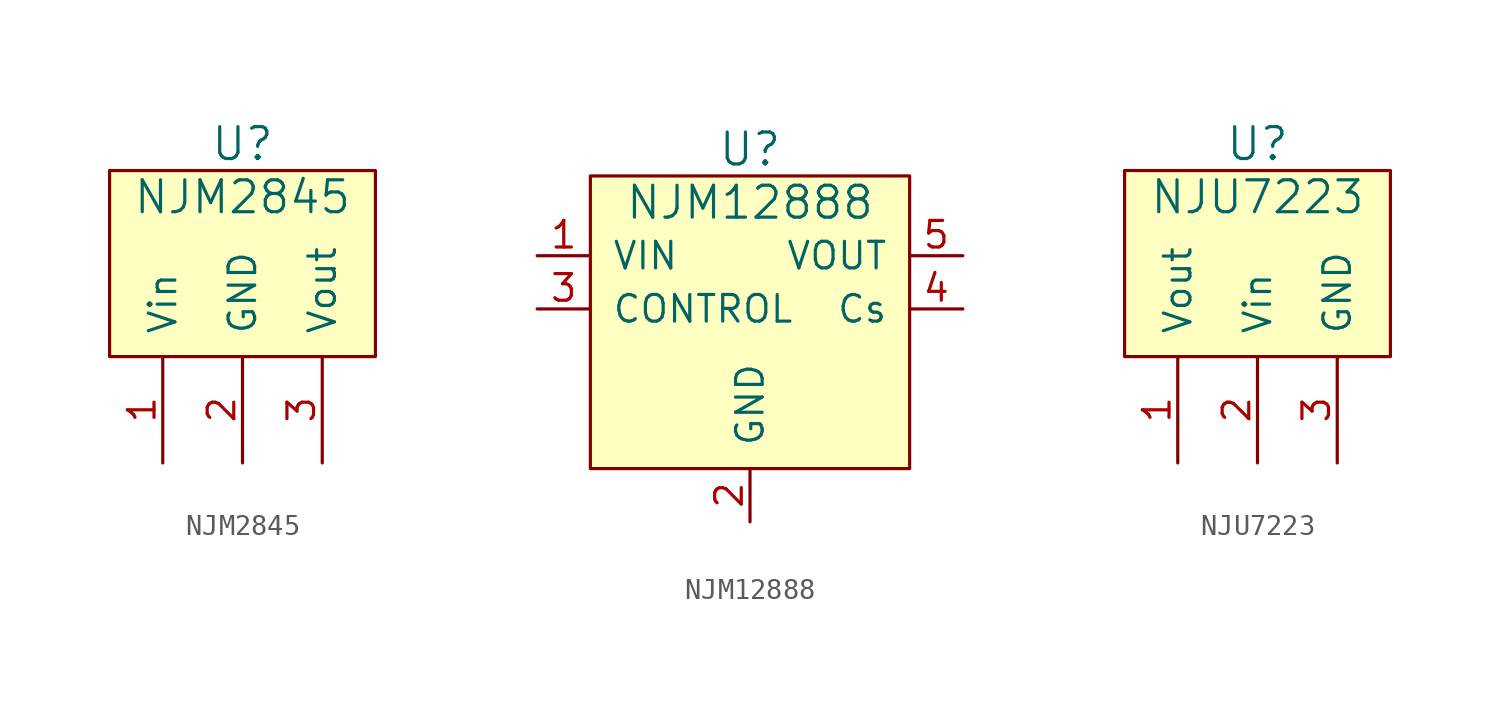
<source format=kicad_sym>
(kicad_symbol_lib
  (version 20211014)
  (generator kicad_symbol_editor)
  (symbol "NJM2845"
    (pin_names
      (offset 1.016))
    (property "Reference" "U"
      (at 0 1.27 0)
      (effects (font (size 1.524 1.524))))
    (property "Value" "NJM2845"
      (at 0 -1.27 0)
      (effects (font (size 1.524 1.524))))
    (symbol "NJM2845_0_1"
      (rectangle (start -6.35 0) (end 6.35 -8.89) (stroke (width 0) (type default) (color 0 0 0 0)) (fill (type background))))
    (symbol "NJM2845_1_1"
      (pin passive line (at -3.81 -13.97 90) (length 5.08) (name "Vin" (effects (font (size 1.27 1.27)))) (number "1" (effects (font (size 1.27 1.27)))))
      (pin passive line (at 0 -13.97 90) (length 5.08) (name "GND" (effects (font (size 1.27 1.27)))) (number "2" (effects (font (size 1.27 1.27)))))
      (pin passive line (at 3.81 -13.97 90) (length 5.08) (name "Vout" (effects (font (size 1.27 1.27)))) (number "3" (effects (font (size 1.27 1.27)))))))
  (symbol "NJM12888"
    (pin_names
      (offset 1.016))
    (property "Reference" "U"
      (at 0 1.27 0)
      (effects (font (size 1.524 1.524))))
    (property "Value" "NJM12888"
      (at 0 -1.27 0)
      (effects (font (size 1.524 1.524))))
    (symbol "NJM12888_0_1"
      (rectangle (start -7.62 0) (end 7.62 -13.97) (stroke (width 0) (type default) (color 0 0 0 0)) (fill (type background))))
    (symbol "NJM12888_1_1"
      (pin passive line (at -10.16 -3.81 0) (length 2.54) (name "VIN" (effects (font (size 1.27 1.27)))) (number "1" (effects (font (size 1.27 1.27)))))
      (pin passive line (at 0 -16.51 90) (length 2.54) (name "GND" (effects (font (size 1.27 1.27)))) (number "2" (effects (font (size 1.27 1.27)))))
      (pin passive line (at -10.16 -6.35 0) (length 2.54) (name "CONTROL" (effects (font (size 1.27 1.27)))) (number "3" (effects (font (size 1.27 1.27)))))
      (pin passive line (at 10.16 -6.35 180) (length 2.54) (name "Cs" (effects (font (size 1.27 1.27)))) (number "4" (effects (font (size 1.27 1.27)))))
      (pin passive line (at 10.16 -3.81 180) (length 2.54) (name "VOUT" (effects (font (size 1.27 1.27)))) (number "5" (effects (font (size 1.27 1.27)))))))
  (symbol "NJU7223"
    (pin_names
      (offset 1.016))
    (property "Reference" "U"
      (at 0 1.27 0)
      (effects (font (size 1.524 1.524))))
    (property "Value" "NJU7223"
      (at 0 -1.27 0)
      (effects (font (size 1.524 1.524))))
    (symbol "NJU7223_0_1"
      (rectangle (start -6.35 0) (end 6.35 -8.89) (stroke (width 0) (type default) (color 0 0 0 0)) (fill (type background))))
    (symbol "NJU7223_1_1"
      (pin passive line (at -3.81 -13.97 90) (length 5.08) (name "Vout" (effects (font (size 1.27 1.27)))) (number "1" (effects (font (size 1.27 1.27)))))
      (pin passive line (at 0 -13.97 90) (length 5.08) (name "Vin" (effects (font (size 1.27 1.27)))) (number "2" (effects (font (size 1.27 1.27)))))
      (pin passive line (at 3.81 -13.97 90) (length 5.08) (name "GND" (effects (font (size 1.27 1.27)))) (number "3" (effects (font (size 1.27 1.27))))))))
</source>
